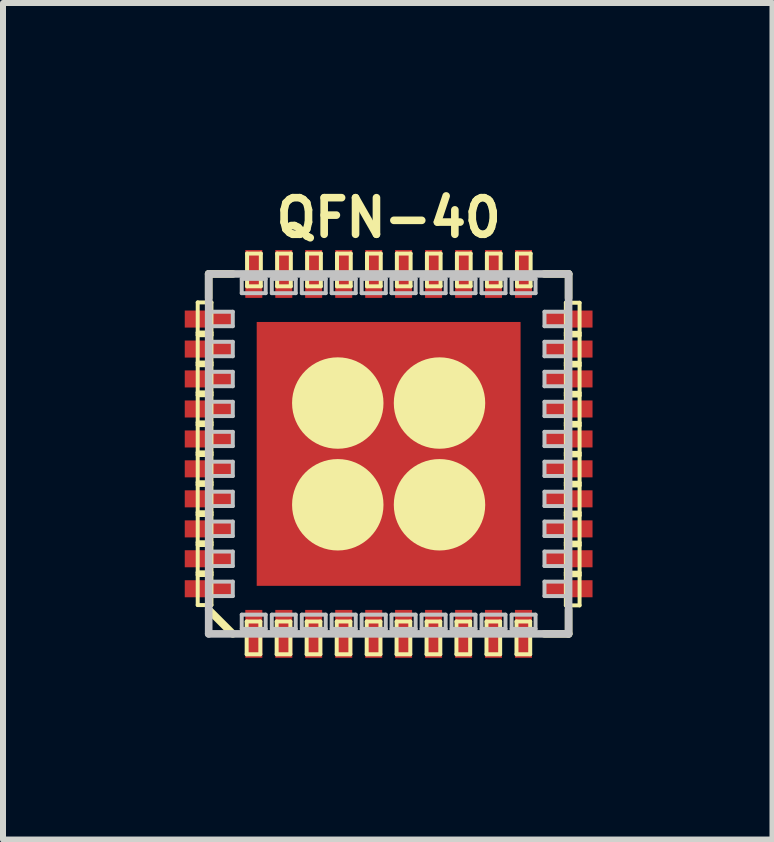
<source format=kicad_pcb>
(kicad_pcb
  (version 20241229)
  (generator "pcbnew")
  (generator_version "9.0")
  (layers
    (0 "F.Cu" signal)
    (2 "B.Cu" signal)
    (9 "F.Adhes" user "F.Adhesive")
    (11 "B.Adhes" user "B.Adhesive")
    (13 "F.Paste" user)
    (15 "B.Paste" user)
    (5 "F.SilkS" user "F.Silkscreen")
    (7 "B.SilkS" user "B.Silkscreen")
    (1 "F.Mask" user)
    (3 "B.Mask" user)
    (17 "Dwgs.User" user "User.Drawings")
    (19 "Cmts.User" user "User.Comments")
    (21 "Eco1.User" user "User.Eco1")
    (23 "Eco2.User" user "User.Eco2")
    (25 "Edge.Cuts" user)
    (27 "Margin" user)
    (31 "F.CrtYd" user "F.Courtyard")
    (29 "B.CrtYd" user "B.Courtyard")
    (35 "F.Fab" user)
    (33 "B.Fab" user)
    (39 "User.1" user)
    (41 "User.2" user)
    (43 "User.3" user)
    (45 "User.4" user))
  (footprint "QFN-40"
    (layer "F.Cu")
    (at 3.429 4.517)
    (property "Reference" "QFN-40" (at 0 -3.937 0) (layer "F.SilkS") (effects (font (size 0.61 0.61) (thickness 0.127))))
    (attr smd)
    (fp_line (start -3.183 -2.525) (end -2.954 -2.525) (stroke (width 0.066) (type solid)) (layer "F.SilkS"))
    (fp_line (start -3.183 -2.024) (end -2.954 -2.024) (stroke (width 0.066) (type solid)) (layer "F.SilkS"))
    (fp_line (start -3.183 -1.979) (end -3.183 -2.525) (stroke (width 0.066) (type solid)) (layer "F.SilkS"))
    (fp_line (start -3.183 -1.979) (end -2.954 -1.979) (stroke (width 0.066) (type solid)) (layer "F.SilkS"))
    (fp_line (start -3.183 -1.524) (end -2.954 -1.524) (stroke (width 0.066) (type solid)) (layer "F.SilkS"))
    (fp_line (start -3.183 -1.478) (end -3.183 -2.024) (stroke (width 0.066) (type solid)) (layer "F.SilkS"))
    (fp_line (start -3.183 -1.478) (end -2.954 -1.478) (stroke (width 0.066) (type solid)) (layer "F.SilkS"))
    (fp_line (start -3.183 -1.026) (end -2.954 -1.026) (stroke (width 0.066) (type solid)) (layer "F.SilkS"))
    (fp_line (start -3.183 -0.978) (end -3.183 -1.524) (stroke (width 0.066) (type solid)) (layer "F.SilkS"))
    (fp_line (start -3.183 -0.978) (end -2.954 -0.978) (stroke (width 0.066) (type solid)) (layer "F.SilkS"))
    (fp_line (start -3.183 -0.526) (end -2.954 -0.526) (stroke (width 0.066) (type solid)) (layer "F.SilkS"))
    (fp_line (start -3.183 -0.48) (end -3.183 -1.026) (stroke (width 0.066) (type solid)) (layer "F.SilkS"))
    (fp_line (start -3.183 -0.48) (end -2.954 -0.48) (stroke (width 0.066) (type solid)) (layer "F.SilkS"))
    (fp_line (start -3.183 -0.025) (end -2.954 -0.025) (stroke (width 0.066) (type solid)) (layer "F.SilkS"))
    (fp_line (start -3.183 0.018) (end -3.183 -0.526) (stroke (width 0.066) (type solid)) (layer "F.SilkS"))
    (fp_line (start -3.183 0.018) (end -2.954 0.018) (stroke (width 0.066) (type solid)) (layer "F.SilkS"))
    (fp_line (start -3.183 0.472) (end -2.954 0.472) (stroke (width 0.066) (type solid)) (layer "F.SilkS"))
    (fp_line (start -3.183 0.518) (end -3.183 -0.025) (stroke (width 0.066) (type solid)) (layer "F.SilkS"))
    (fp_line (start -3.183 0.518) (end -2.954 0.518) (stroke (width 0.066) (type solid)) (layer "F.SilkS"))
    (fp_line (start -3.183 0.973) (end -2.954 0.973) (stroke (width 0.066) (type solid)) (layer "F.SilkS"))
    (fp_line (start -3.183 1.019) (end -3.183 0.472) (stroke (width 0.066) (type solid)) (layer "F.SilkS"))
    (fp_line (start -3.183 1.019) (end -2.954 1.019) (stroke (width 0.066) (type solid)) (layer "F.SilkS"))
    (fp_line (start -3.183 1.473) (end -2.954 1.473) (stroke (width 0.066) (type solid)) (layer "F.SilkS"))
    (fp_line (start -3.183 1.519) (end -3.183 0.973) (stroke (width 0.066) (type solid)) (layer "F.SilkS"))
    (fp_line (start -3.183 1.519) (end -2.954 1.519) (stroke (width 0.066) (type solid)) (layer "F.SilkS"))
    (fp_line (start -3.183 1.974) (end -2.954 1.974) (stroke (width 0.066) (type solid)) (layer "F.SilkS"))
    (fp_line (start -3.183 2.019) (end -3.183 1.473) (stroke (width 0.066) (type solid)) (layer "F.SilkS"))
    (fp_line (start -3.183 2.019) (end -2.954 2.019) (stroke (width 0.066) (type solid)) (layer "F.SilkS"))
    (fp_line (start -3.183 2.52) (end -3.183 1.974) (stroke (width 0.066) (type solid)) (layer "F.SilkS"))
    (fp_line (start -3.183 2.52) (end -2.954 2.52) (stroke (width 0.066) (type solid)) (layer "F.SilkS"))
    (fp_line (start -3 -3) (end -2.598 -3) (stroke (width 0.127) (type solid)) (layer "F.SilkS"))
    (fp_line (start -3 -2.598) (end -3 -3) (stroke (width 0.127) (type solid)) (layer "F.SilkS"))
    (fp_line (start -3 2.598) (end -2.598 3) (stroke (width 0.127) (type solid)) (layer "F.SilkS"))
    (fp_line (start -2.954 -1.979) (end -2.954 -2.525) (stroke (width 0.066) (type solid)) (layer "F.SilkS"))
    (fp_line (start -2.954 -1.478) (end -2.954 -2.024) (stroke (width 0.066) (type solid)) (layer "F.SilkS"))
    (fp_line (start -2.954 -0.978) (end -2.954 -1.524) (stroke (width 0.066) (type solid)) (layer "F.SilkS"))
    (fp_line (start -2.954 -0.48) (end -2.954 -1.026) (stroke (width 0.066) (type solid)) (layer "F.SilkS"))
    (fp_line (start -2.954 0.018) (end -2.954 -0.526) (stroke (width 0.066) (type solid)) (layer "F.SilkS"))
    (fp_line (start -2.954 0.518) (end -2.954 -0.025) (stroke (width 0.066) (type solid)) (layer "F.SilkS"))
    (fp_line (start -2.954 1.019) (end -2.954 0.472) (stroke (width 0.066) (type solid)) (layer "F.SilkS"))
    (fp_line (start -2.954 1.519) (end -2.954 0.973) (stroke (width 0.066) (type solid)) (layer "F.SilkS"))
    (fp_line (start -2.954 2.019) (end -2.954 1.473) (stroke (width 0.066) (type solid)) (layer "F.SilkS"))
    (fp_line (start -2.954 2.52) (end -2.954 1.974) (stroke (width 0.066) (type solid)) (layer "F.SilkS"))
    (fp_line (start -2.367 2.794) (end -2.139 2.794) (stroke (width 0.066) (type solid)) (layer "F.SilkS"))
    (fp_line (start -2.367 3.34) (end -2.367 2.794) (stroke (width 0.066) (type solid)) (layer "F.SilkS"))
    (fp_line (start -2.367 3.34) (end -2.139 3.34) (stroke (width 0.066) (type solid)) (layer "F.SilkS"))
    (fp_line (start -2.36 -3.34) (end -2.131 -3.34) (stroke (width 0.066) (type solid)) (layer "F.SilkS"))
    (fp_line (start -2.36 -2.794) (end -2.36 -3.34) (stroke (width 0.066) (type solid)) (layer "F.SilkS"))
    (fp_line (start -2.36 -2.794) (end -2.131 -2.794) (stroke (width 0.066) (type solid)) (layer "F.SilkS"))
    (fp_line (start -2.139 3.34) (end -2.139 2.794) (stroke (width 0.066) (type solid)) (layer "F.SilkS"))
    (fp_line (start -2.131 -2.794) (end -2.131 -3.34) (stroke (width 0.066) (type solid)) (layer "F.SilkS"))
    (fp_line (start -1.867 2.794) (end -1.638 2.794) (stroke (width 0.066) (type solid)) (layer "F.SilkS"))
    (fp_line (start -1.867 3.34) (end -1.867 2.794) (stroke (width 0.066) (type solid)) (layer "F.SilkS"))
    (fp_line (start -1.867 3.34) (end -1.638 3.34) (stroke (width 0.066) (type solid)) (layer "F.SilkS"))
    (fp_line (start -1.859 -3.34) (end -1.631 -3.34) (stroke (width 0.066) (type solid)) (layer "F.SilkS"))
    (fp_line (start -1.859 -2.794) (end -1.859 -3.34) (stroke (width 0.066) (type solid)) (layer "F.SilkS"))
    (fp_line (start -1.859 -2.794) (end -1.631 -2.794) (stroke (width 0.066) (type solid)) (layer "F.SilkS"))
    (fp_line (start -1.638 3.34) (end -1.638 2.794) (stroke (width 0.066) (type solid)) (layer "F.SilkS"))
    (fp_line (start -1.631 -2.794) (end -1.631 -3.34) (stroke (width 0.066) (type solid)) (layer "F.SilkS"))
    (fp_line (start -1.367 2.794) (end -1.138 2.794) (stroke (width 0.066) (type solid)) (layer "F.SilkS"))
    (fp_line (start -1.367 3.34) (end -1.367 2.794) (stroke (width 0.066) (type solid)) (layer "F.SilkS"))
    (fp_line (start -1.367 3.34) (end -1.138 3.34) (stroke (width 0.066) (type solid)) (layer "F.SilkS"))
    (fp_line (start -1.359 -3.34) (end -1.13 -3.34) (stroke (width 0.066) (type solid)) (layer "F.SilkS"))
    (fp_line (start -1.359 -2.794) (end -1.359 -3.34) (stroke (width 0.066) (type solid)) (layer "F.SilkS"))
    (fp_line (start -1.359 -2.794) (end -1.13 -2.794) (stroke (width 0.066) (type solid)) (layer "F.SilkS"))
    (fp_line (start -1.138 3.34) (end -1.138 2.794) (stroke (width 0.066) (type solid)) (layer "F.SilkS"))
    (fp_line (start -1.13 -2.794) (end -1.13 -3.34) (stroke (width 0.066) (type solid)) (layer "F.SilkS"))
    (fp_line (start -0.866 2.794) (end -0.638 2.794) (stroke (width 0.066) (type solid)) (layer "F.SilkS"))
    (fp_line (start -0.866 3.34) (end -0.866 2.794) (stroke (width 0.066) (type solid)) (layer "F.SilkS"))
    (fp_line (start -0.866 3.34) (end -0.638 3.34) (stroke (width 0.066) (type solid)) (layer "F.SilkS"))
    (fp_line (start -0.861 -3.34) (end -0.632 -3.34) (stroke (width 0.066) (type solid)) (layer "F.SilkS"))
    (fp_line (start -0.861 -2.794) (end -0.861 -3.34) (stroke (width 0.066) (type solid)) (layer "F.SilkS"))
    (fp_line (start -0.861 -2.794) (end -0.632 -2.794) (stroke (width 0.066) (type solid)) (layer "F.SilkS"))
    (fp_line (start -0.638 3.34) (end -0.638 2.794) (stroke (width 0.066) (type solid)) (layer "F.SilkS"))
    (fp_line (start -0.632 -2.794) (end -0.632 -3.34) (stroke (width 0.066) (type solid)) (layer "F.SilkS"))
    (fp_line (start -0.366 2.794) (end -0.137 2.794) (stroke (width 0.066) (type solid)) (layer "F.SilkS"))
    (fp_line (start -0.366 3.34) (end -0.366 2.794) (stroke (width 0.066) (type solid)) (layer "F.SilkS"))
    (fp_line (start -0.366 3.34) (end -0.137 3.34) (stroke (width 0.066) (type solid)) (layer "F.SilkS"))
    (fp_line (start -0.361 -3.34) (end -0.132 -3.34) (stroke (width 0.066) (type solid)) (layer "F.SilkS"))
    (fp_line (start -0.361 -2.794) (end -0.361 -3.34) (stroke (width 0.066) (type solid)) (layer "F.SilkS"))
    (fp_line (start -0.361 -2.794) (end -0.132 -2.794) (stroke (width 0.066) (type solid)) (layer "F.SilkS"))
    (fp_line (start -0.137 3.34) (end -0.137 2.794) (stroke (width 0.066) (type solid)) (layer "F.SilkS"))
    (fp_line (start -0.132 -2.794) (end -0.132 -3.34) (stroke (width 0.066) (type solid)) (layer "F.SilkS"))
    (fp_line (start 0.132 2.794) (end 0.361 2.794) (stroke (width 0.066) (type solid)) (layer "F.SilkS"))
    (fp_line (start 0.132 3.34) (end 0.132 2.794) (stroke (width 0.066) (type solid)) (layer "F.SilkS"))
    (fp_line (start 0.132 3.34) (end 0.361 3.34) (stroke (width 0.066) (type solid)) (layer "F.SilkS"))
    (fp_line (start 0.137 -3.34) (end 0.366 -3.34) (stroke (width 0.066) (type solid)) (layer "F.SilkS"))
    (fp_line (start 0.137 -2.794) (end 0.137 -3.34) (stroke (width 0.066) (type solid)) (layer "F.SilkS"))
    (fp_line (start 0.137 -2.794) (end 0.366 -2.794) (stroke (width 0.066) (type solid)) (layer "F.SilkS"))
    (fp_line (start 0.361 3.34) (end 0.361 2.794) (stroke (width 0.066) (type solid)) (layer "F.SilkS"))
    (fp_line (start 0.366 -2.794) (end 0.366 -3.34) (stroke (width 0.066) (type solid)) (layer "F.SilkS"))
    (fp_line (start 0.632 2.794) (end 0.861 2.794) (stroke (width 0.066) (type solid)) (layer "F.SilkS"))
    (fp_line (start 0.632 3.34) (end 0.632 2.794) (stroke (width 0.066) (type solid)) (layer "F.SilkS"))
    (fp_line (start 0.632 3.34) (end 0.861 3.34) (stroke (width 0.066) (type solid)) (layer "F.SilkS"))
    (fp_line (start 0.638 -3.34) (end 0.866 -3.34) (stroke (width 0.066) (type solid)) (layer "F.SilkS"))
    (fp_line (start 0.638 -2.794) (end 0.638 -3.34) (stroke (width 0.066) (type solid)) (layer "F.SilkS"))
    (fp_line (start 0.638 -2.794) (end 0.866 -2.794) (stroke (width 0.066) (type solid)) (layer "F.SilkS"))
    (fp_line (start 0.861 3.34) (end 0.861 2.794) (stroke (width 0.066) (type solid)) (layer "F.SilkS"))
    (fp_line (start 0.866 -2.794) (end 0.866 -3.34) (stroke (width 0.066) (type solid)) (layer "F.SilkS"))
    (fp_line (start 1.13 2.794) (end 1.359 2.794) (stroke (width 0.066) (type solid)) (layer "F.SilkS"))
    (fp_line (start 1.13 3.34) (end 1.13 2.794) (stroke (width 0.066) (type solid)) (layer "F.SilkS"))
    (fp_line (start 1.13 3.34) (end 1.359 3.34) (stroke (width 0.066) (type solid)) (layer "F.SilkS"))
    (fp_line (start 1.138 -3.34) (end 1.367 -3.34) (stroke (width 0.066) (type solid)) (layer "F.SilkS"))
    (fp_line (start 1.138 -2.794) (end 1.138 -3.34) (stroke (width 0.066) (type solid)) (layer "F.SilkS"))
    (fp_line (start 1.138 -2.794) (end 1.367 -2.794) (stroke (width 0.066) (type solid)) (layer "F.SilkS"))
    (fp_line (start 1.359 3.34) (end 1.359 2.794) (stroke (width 0.066) (type solid)) (layer "F.SilkS"))
    (fp_line (start 1.367 -2.794) (end 1.367 -3.34) (stroke (width 0.066) (type solid)) (layer "F.SilkS"))
    (fp_line (start 1.631 2.794) (end 1.859 2.794) (stroke (width 0.066) (type solid)) (layer "F.SilkS"))
    (fp_line (start 1.631 3.34) (end 1.631 2.794) (stroke (width 0.066) (type solid)) (layer "F.SilkS"))
    (fp_line (start 1.631 3.34) (end 1.859 3.34) (stroke (width 0.066) (type solid)) (layer "F.SilkS"))
    (fp_line (start 1.638 -3.34) (end 1.867 -3.34) (stroke (width 0.066) (type solid)) (layer "F.SilkS"))
    (fp_line (start 1.638 -2.794) (end 1.638 -3.34) (stroke (width 0.066) (type solid)) (layer "F.SilkS"))
    (fp_line (start 1.638 -2.794) (end 1.867 -2.794) (stroke (width 0.066) (type solid)) (layer "F.SilkS"))
    (fp_line (start 1.859 3.34) (end 1.859 2.794) (stroke (width 0.066) (type solid)) (layer "F.SilkS"))
    (fp_line (start 1.867 -2.794) (end 1.867 -3.34) (stroke (width 0.066) (type solid)) (layer "F.SilkS"))
    (fp_line (start 2.131 2.794) (end 2.36 2.794) (stroke (width 0.066) (type solid)) (layer "F.SilkS"))
    (fp_line (start 2.131 3.34) (end 2.131 2.794) (stroke (width 0.066) (type solid)) (layer "F.SilkS"))
    (fp_line (start 2.131 3.34) (end 2.36 3.34) (stroke (width 0.066) (type solid)) (layer "F.SilkS"))
    (fp_line (start 2.139 -3.34) (end 2.367 -3.34) (stroke (width 0.066) (type solid)) (layer "F.SilkS"))
    (fp_line (start 2.139 -2.794) (end 2.139 -3.34) (stroke (width 0.066) (type solid)) (layer "F.SilkS"))
    (fp_line (start 2.139 -2.794) (end 2.367 -2.794) (stroke (width 0.066) (type solid)) (layer "F.SilkS"))
    (fp_line (start 2.36 3.34) (end 2.36 2.794) (stroke (width 0.066) (type solid)) (layer "F.SilkS"))
    (fp_line (start 2.367 -2.794) (end 2.367 -3.34) (stroke (width 0.066) (type solid)) (layer "F.SilkS"))
    (fp_line (start 2.598 -3) (end 3 -3) (stroke (width 0.127) (type solid)) (layer "F.SilkS"))
    (fp_line (start 2.954 -2.52) (end 3.183 -2.52) (stroke (width 0.066) (type solid)) (layer "F.SilkS"))
    (fp_line (start 2.954 -2.019) (end 3.183 -2.019) (stroke (width 0.066) (type solid)) (layer "F.SilkS"))
    (fp_line (start 2.954 -1.974) (end 2.954 -2.52) (stroke (width 0.066) (type solid)) (layer "F.SilkS"))
    (fp_line (start 2.954 -1.974) (end 3.183 -1.974) (stroke (width 0.066) (type solid)) (layer "F.SilkS"))
    (fp_line (start 2.954 -1.519) (end 3.183 -1.519) (stroke (width 0.066) (type solid)) (layer "F.SilkS"))
    (fp_line (start 2.954 -1.473) (end 2.954 -2.019) (stroke (width 0.066) (type solid)) (layer "F.SilkS"))
    (fp_line (start 2.954 -1.473) (end 3.183 -1.473) (stroke (width 0.066) (type solid)) (layer "F.SilkS"))
    (fp_line (start 2.954 -1.019) (end 3.183 -1.019) (stroke (width 0.066) (type solid)) (layer "F.SilkS"))
    (fp_line (start 2.954 -0.973) (end 2.954 -1.519) (stroke (width 0.066) (type solid)) (layer "F.SilkS"))
    (fp_line (start 2.954 -0.973) (end 3.183 -0.973) (stroke (width 0.066) (type solid)) (layer "F.SilkS"))
    (fp_line (start 2.954 -0.518) (end 3.183 -0.518) (stroke (width 0.066) (type solid)) (layer "F.SilkS"))
    (fp_line (start 2.954 -0.472) (end 2.954 -1.019) (stroke (width 0.066) (type solid)) (layer "F.SilkS"))
    (fp_line (start 2.954 -0.472) (end 3.183 -0.472) (stroke (width 0.066) (type solid)) (layer "F.SilkS"))
    (fp_line (start 2.954 -0.018) (end 3.183 -0.018) (stroke (width 0.066) (type solid)) (layer "F.SilkS"))
    (fp_line (start 2.954 0.025) (end 2.954 -0.518) (stroke (width 0.066) (type solid)) (layer "F.SilkS"))
    (fp_line (start 2.954 0.025) (end 3.183 0.025) (stroke (width 0.066) (type solid)) (layer "F.SilkS"))
    (fp_line (start 2.954 0.48) (end 3.183 0.48) (stroke (width 0.066) (type solid)) (layer "F.SilkS"))
    (fp_line (start 2.954 0.526) (end 2.954 -0.018) (stroke (width 0.066) (type solid)) (layer "F.SilkS"))
    (fp_line (start 2.954 0.526) (end 3.183 0.526) (stroke (width 0.066) (type solid)) (layer "F.SilkS"))
    (fp_line (start 2.954 0.978) (end 3.183 0.978) (stroke (width 0.066) (type solid)) (layer "F.SilkS"))
    (fp_line (start 2.954 1.026) (end 2.954 0.48) (stroke (width 0.066) (type solid)) (layer "F.SilkS"))
    (fp_line (start 2.954 1.026) (end 3.183 1.026) (stroke (width 0.066) (type solid)) (layer "F.SilkS"))
    (fp_line (start 2.954 1.478) (end 3.183 1.478) (stroke (width 0.066) (type solid)) (layer "F.SilkS"))
    (fp_line (start 2.954 1.524) (end 2.954 0.978) (stroke (width 0.066) (type solid)) (layer "F.SilkS"))
    (fp_line (start 2.954 1.524) (end 3.183 1.524) (stroke (width 0.066) (type solid)) (layer "F.SilkS"))
    (fp_line (start 2.954 1.979) (end 3.183 1.979) (stroke (width 0.066) (type solid)) (layer "F.SilkS"))
    (fp_line (start 2.954 2.024) (end 2.954 1.478) (stroke (width 0.066) (type solid)) (layer "F.SilkS"))
    (fp_line (start 2.954 2.024) (end 3.183 2.024) (stroke (width 0.066) (type solid)) (layer "F.SilkS"))
    (fp_line (start 2.954 2.525) (end 2.954 1.979) (stroke (width 0.066) (type solid)) (layer "F.SilkS"))
    (fp_line (start 2.954 2.525) (end 3.183 2.525) (stroke (width 0.066) (type solid)) (layer "F.SilkS"))
    (fp_line (start 3 -3) (end 3 -2.598) (stroke (width 0.127) (type solid)) (layer "F.SilkS"))
    (fp_line (start 3 2.598) (end 3 3) (stroke (width 0.127) (type solid)) (layer "F.SilkS"))
    (fp_line (start 3 3) (end 2.598 3) (stroke (width 0.127) (type solid)) (layer "F.SilkS"))
    (fp_line (start 3.183 -1.974) (end 3.183 -2.52) (stroke (width 0.066) (type solid)) (layer "F.SilkS"))
    (fp_line (start 3.183 -1.473) (end 3.183 -2.019) (stroke (width 0.066) (type solid)) (layer "F.SilkS"))
    (fp_line (start 3.183 -0.973) (end 3.183 -1.519) (stroke (width 0.066) (type solid)) (layer "F.SilkS"))
    (fp_line (start 3.183 -0.472) (end 3.183 -1.019) (stroke (width 0.066) (type solid)) (layer "F.SilkS"))
    (fp_line (start 3.183 0.025) (end 3.183 -0.518) (stroke (width 0.066) (type solid)) (layer "F.SilkS"))
    (fp_line (start 3.183 0.526) (end 3.183 -0.018) (stroke (width 0.066) (type solid)) (layer "F.SilkS"))
    (fp_line (start 3.183 1.026) (end 3.183 0.48) (stroke (width 0.066) (type solid)) (layer "F.SilkS"))
    (fp_line (start 3.183 1.524) (end 3.183 0.978) (stroke (width 0.066) (type solid)) (layer "F.SilkS"))
    (fp_line (start 3.183 2.024) (end 3.183 1.478) (stroke (width 0.066) (type solid)) (layer "F.SilkS"))
    (fp_line (start 3.183 2.525) (end 3.183 1.979) (stroke (width 0.066) (type solid)) (layer "F.SilkS"))
    (fp_circle (center -0.848 -0.848) (end -0.848 -1.61) (stroke (width 0) (type solid)) (fill yes) (layer "F.SilkS"))
    (fp_circle (center -0.848 0.848) (end -0.848 0.086) (stroke (width 0) (type solid)) (fill yes) (layer "F.SilkS"))
    (fp_circle (center 0.848 -0.848) (end 0.848 -1.61) (stroke (width 0) (type solid)) (fill yes) (layer "F.SilkS"))
    (fp_circle (center 0.848 0.848) (end 0.848 0.086) (stroke (width 0) (type solid)) (fill yes) (layer "F.SilkS"))
    (fp_circle (center -3.175 3.175) (end -3.048 3.175) (stroke (width 0.254) (type solid)) (fill no) (layer "B.Paste"))
    (fp_line (start -3 -3) (end -3 3) (stroke (width 0.127) (type solid)) (layer "Dwgs.User"))
    (fp_line (start -3 -2.37) (end -2.598 -2.37) (stroke (width 0.066) (type solid)) (layer "Dwgs.User"))
    (fp_line (start -3 -2.129) (end -3 -2.37) (stroke (width 0.066) (type solid)) (layer "Dwgs.User"))
    (fp_line (start -3 -2.129) (end -2.598 -2.129) (stroke (width 0.066) (type solid)) (layer "Dwgs.User"))
    (fp_line (start -3 -1.869) (end -2.598 -1.869) (stroke (width 0.066) (type solid)) (layer "Dwgs.User"))
    (fp_line (start -3 -1.628) (end -3 -1.869) (stroke (width 0.066) (type solid)) (layer "Dwgs.User"))
    (fp_line (start -3 -1.628) (end -2.598 -1.628) (stroke (width 0.066) (type solid)) (layer "Dwgs.User"))
    (fp_line (start -3 -1.369) (end -2.598 -1.369) (stroke (width 0.066) (type solid)) (layer "Dwgs.User"))
    (fp_line (start -3 -1.128) (end -3 -1.369) (stroke (width 0.066) (type solid)) (layer "Dwgs.User"))
    (fp_line (start -3 -1.128) (end -2.598 -1.128) (stroke (width 0.066) (type solid)) (layer "Dwgs.User"))
    (fp_line (start -3 -0.869) (end -2.598 -0.869) (stroke (width 0.066) (type solid)) (layer "Dwgs.User"))
    (fp_line (start -3 -0.63) (end -3 -0.869) (stroke (width 0.066) (type solid)) (layer "Dwgs.User"))
    (fp_line (start -3 -0.63) (end -2.598 -0.63) (stroke (width 0.066) (type solid)) (layer "Dwgs.User"))
    (fp_line (start -3 -0.368) (end -2.598 -0.368) (stroke (width 0.066) (type solid)) (layer "Dwgs.User"))
    (fp_line (start -3 -0.13) (end -3 -0.368) (stroke (width 0.066) (type solid)) (layer "Dwgs.User"))
    (fp_line (start -3 -0.13) (end -2.598 -0.13) (stroke (width 0.066) (type solid)) (layer "Dwgs.User"))
    (fp_line (start -3 0.13) (end -2.598 0.13) (stroke (width 0.066) (type solid)) (layer "Dwgs.User"))
    (fp_line (start -3 0.368) (end -3 0.13) (stroke (width 0.066) (type solid)) (layer "Dwgs.User"))
    (fp_line (start -3 0.368) (end -2.598 0.368) (stroke (width 0.066) (type solid)) (layer "Dwgs.User"))
    (fp_line (start -3 0.63) (end -2.598 0.63) (stroke (width 0.066) (type solid)) (layer "Dwgs.User"))
    (fp_line (start -3 0.869) (end -3 0.63) (stroke (width 0.066) (type solid)) (layer "Dwgs.User"))
    (fp_line (start -3 0.869) (end -2.598 0.869) (stroke (width 0.066) (type solid)) (layer "Dwgs.User"))
    (fp_line (start -3 1.128) (end -2.598 1.128) (stroke (width 0.066) (type solid)) (layer "Dwgs.User"))
    (fp_line (start -3 1.369) (end -3 1.128) (stroke (width 0.066) (type solid)) (layer "Dwgs.User"))
    (fp_line (start -3 1.369) (end -2.598 1.369) (stroke (width 0.066) (type solid)) (layer "Dwgs.User"))
    (fp_line (start -3 1.628) (end -2.598 1.628) (stroke (width 0.066) (type solid)) (layer "Dwgs.User"))
    (fp_line (start -3 1.869) (end -3 1.628) (stroke (width 0.066) (type solid)) (layer "Dwgs.User"))
    (fp_line (start -3 1.869) (end -2.598 1.869) (stroke (width 0.066) (type solid)) (layer "Dwgs.User"))
    (fp_line (start -3 2.129) (end -2.598 2.129) (stroke (width 0.066) (type solid)) (layer "Dwgs.User"))
    (fp_line (start -3 2.37) (end -3 2.129) (stroke (width 0.066) (type solid)) (layer "Dwgs.User"))
    (fp_line (start -3 2.37) (end -2.598 2.37) (stroke (width 0.066) (type solid)) (layer "Dwgs.User"))
    (fp_line (start -3 3) (end 3 3) (stroke (width 0.127) (type solid)) (layer "Dwgs.User"))
    (fp_line (start -2.598 -2.129) (end -2.598 -2.37) (stroke (width 0.066) (type solid)) (layer "Dwgs.User"))
    (fp_line (start -2.598 -1.628) (end -2.598 -1.869) (stroke (width 0.066) (type solid)) (layer "Dwgs.User"))
    (fp_line (start -2.598 -1.128) (end -2.598 -1.369) (stroke (width 0.066) (type solid)) (layer "Dwgs.User"))
    (fp_line (start -2.598 -0.63) (end -2.598 -0.869) (stroke (width 0.066) (type solid)) (layer "Dwgs.User"))
    (fp_line (start -2.598 -0.13) (end -2.598 -0.368) (stroke (width 0.066) (type solid)) (layer "Dwgs.User"))
    (fp_line (start -2.598 0.368) (end -2.598 0.13) (stroke (width 0.066) (type solid)) (layer "Dwgs.User"))
    (fp_line (start -2.598 0.869) (end -2.598 0.63) (stroke (width 0.066) (type solid)) (layer "Dwgs.User"))
    (fp_line (start -2.598 1.369) (end -2.598 1.128) (stroke (width 0.066) (type solid)) (layer "Dwgs.User"))
    (fp_line (start -2.598 1.869) (end -2.598 1.628) (stroke (width 0.066) (type solid)) (layer "Dwgs.User"))
    (fp_line (start -2.598 2.37) (end -2.598 2.129) (stroke (width 0.066) (type solid)) (layer "Dwgs.User"))
    (fp_line (start -2.449 -2.918) (end -2.05 -2.918) (stroke (width 0.066) (type solid)) (layer "Dwgs.User"))
    (fp_line (start -2.449 -2.68) (end -2.449 -2.918) (stroke (width 0.066) (type solid)) (layer "Dwgs.User"))
    (fp_line (start -2.449 -2.68) (end -2.05 -2.68) (stroke (width 0.066) (type solid)) (layer "Dwgs.User"))
    (fp_line (start -2.449 2.68) (end -2.05 2.68) (stroke (width 0.066) (type solid)) (layer "Dwgs.User"))
    (fp_line (start -2.449 2.918) (end -2.449 2.68) (stroke (width 0.066) (type solid)) (layer "Dwgs.User"))
    (fp_line (start -2.449 2.918) (end -2.05 2.918) (stroke (width 0.066) (type solid)) (layer "Dwgs.User"))
    (fp_line (start -2.05 -2.68) (end -2.05 -2.918) (stroke (width 0.066) (type solid)) (layer "Dwgs.User"))
    (fp_line (start -2.05 2.918) (end -2.05 2.68) (stroke (width 0.066) (type solid)) (layer "Dwgs.User"))
    (fp_line (start -1.948 -2.918) (end -1.549 -2.918) (stroke (width 0.066) (type solid)) (layer "Dwgs.User"))
    (fp_line (start -1.948 -2.68) (end -1.948 -2.918) (stroke (width 0.066) (type solid)) (layer "Dwgs.User"))
    (fp_line (start -1.948 -2.68) (end -1.549 -2.68) (stroke (width 0.066) (type solid)) (layer "Dwgs.User"))
    (fp_line (start -1.948 2.68) (end -1.549 2.68) (stroke (width 0.066) (type solid)) (layer "Dwgs.User"))
    (fp_line (start -1.948 2.918) (end -1.948 2.68) (stroke (width 0.066) (type solid)) (layer "Dwgs.User"))
    (fp_line (start -1.948 2.918) (end -1.549 2.918) (stroke (width 0.066) (type solid)) (layer "Dwgs.User"))
    (fp_line (start -1.549 -2.68) (end -1.549 -2.918) (stroke (width 0.066) (type solid)) (layer "Dwgs.User"))
    (fp_line (start -1.549 2.918) (end -1.549 2.68) (stroke (width 0.066) (type solid)) (layer "Dwgs.User"))
    (fp_line (start -1.448 -2.918) (end -1.049 -2.918) (stroke (width 0.066) (type solid)) (layer "Dwgs.User"))
    (fp_line (start -1.448 -2.68) (end -1.448 -2.918) (stroke (width 0.066) (type solid)) (layer "Dwgs.User"))
    (fp_line (start -1.448 -2.68) (end -1.049 -2.68) (stroke (width 0.066) (type solid)) (layer "Dwgs.User"))
    (fp_line (start -1.448 2.68) (end -1.049 2.68) (stroke (width 0.066) (type solid)) (layer "Dwgs.User"))
    (fp_line (start -1.448 2.918) (end -1.448 2.68) (stroke (width 0.066) (type solid)) (layer "Dwgs.User"))
    (fp_line (start -1.448 2.918) (end -1.049 2.918) (stroke (width 0.066) (type solid)) (layer "Dwgs.User"))
    (fp_line (start -1.049 -2.68) (end -1.049 -2.918) (stroke (width 0.066) (type solid)) (layer "Dwgs.User"))
    (fp_line (start -1.049 2.918) (end -1.049 2.68) (stroke (width 0.066) (type solid)) (layer "Dwgs.User"))
    (fp_line (start -0.95 -2.918) (end -0.549 -2.918) (stroke (width 0.066) (type solid)) (layer "Dwgs.User"))
    (fp_line (start -0.95 -2.68) (end -0.95 -2.918) (stroke (width 0.066) (type solid)) (layer "Dwgs.User"))
    (fp_line (start -0.95 -2.68) (end -0.549 -2.68) (stroke (width 0.066) (type solid)) (layer "Dwgs.User"))
    (fp_line (start -0.95 2.68) (end -0.549 2.68) (stroke (width 0.066) (type solid)) (layer "Dwgs.User"))
    (fp_line (start -0.95 2.918) (end -0.95 2.68) (stroke (width 0.066) (type solid)) (layer "Dwgs.User"))
    (fp_line (start -0.95 2.918) (end -0.549 2.918) (stroke (width 0.066) (type solid)) (layer "Dwgs.User"))
    (fp_line (start -0.549 -2.68) (end -0.549 -2.918) (stroke (width 0.066) (type solid)) (layer "Dwgs.User"))
    (fp_line (start -0.549 2.918) (end -0.549 2.68) (stroke (width 0.066) (type solid)) (layer "Dwgs.User"))
    (fp_line (start -0.45 -2.918) (end -0.048 -2.918) (stroke (width 0.066) (type solid)) (layer "Dwgs.User"))
    (fp_line (start -0.45 -2.68) (end -0.45 -2.918) (stroke (width 0.066) (type solid)) (layer "Dwgs.User"))
    (fp_line (start -0.45 -2.68) (end -0.048 -2.68) (stroke (width 0.066) (type solid)) (layer "Dwgs.User"))
    (fp_line (start -0.45 2.68) (end -0.048 2.68) (stroke (width 0.066) (type solid)) (layer "Dwgs.User"))
    (fp_line (start -0.45 2.918) (end -0.45 2.68) (stroke (width 0.066) (type solid)) (layer "Dwgs.User"))
    (fp_line (start -0.45 2.918) (end -0.048 2.918) (stroke (width 0.066) (type solid)) (layer "Dwgs.User"))
    (fp_line (start -0.048 -2.68) (end -0.048 -2.918) (stroke (width 0.066) (type solid)) (layer "Dwgs.User"))
    (fp_line (start -0.048 2.918) (end -0.048 2.68) (stroke (width 0.066) (type solid)) (layer "Dwgs.User"))
    (fp_line (start 0.048 -2.918) (end 0.45 -2.918) (stroke (width 0.066) (type solid)) (layer "Dwgs.User"))
    (fp_line (start 0.048 -2.68) (end 0.048 -2.918) (stroke (width 0.066) (type solid)) (layer "Dwgs.User"))
    (fp_line (start 0.048 -2.68) (end 0.45 -2.68) (stroke (width 0.066) (type solid)) (layer "Dwgs.User"))
    (fp_line (start 0.048 2.68) (end 0.45 2.68) (stroke (width 0.066) (type solid)) (layer "Dwgs.User"))
    (fp_line (start 0.048 2.918) (end 0.048 2.68) (stroke (width 0.066) (type solid)) (layer "Dwgs.User"))
    (fp_line (start 0.048 2.918) (end 0.45 2.918) (stroke (width 0.066) (type solid)) (layer "Dwgs.User"))
    (fp_line (start 0.45 -2.68) (end 0.45 -2.918) (stroke (width 0.066) (type solid)) (layer "Dwgs.User"))
    (fp_line (start 0.45 2.918) (end 0.45 2.68) (stroke (width 0.066) (type solid)) (layer "Dwgs.User"))
    (fp_line (start 0.549 -2.918) (end 0.95 -2.918) (stroke (width 0.066) (type solid)) (layer "Dwgs.User"))
    (fp_line (start 0.549 -2.68) (end 0.549 -2.918) (stroke (width 0.066) (type solid)) (layer "Dwgs.User"))
    (fp_line (start 0.549 -2.68) (end 0.95 -2.68) (stroke (width 0.066) (type solid)) (layer "Dwgs.User"))
    (fp_line (start 0.549 2.68) (end 0.95 2.68) (stroke (width 0.066) (type solid)) (layer "Dwgs.User"))
    (fp_line (start 0.549 2.918) (end 0.549 2.68) (stroke (width 0.066) (type solid)) (layer "Dwgs.User"))
    (fp_line (start 0.549 2.918) (end 0.95 2.918) (stroke (width 0.066) (type solid)) (layer "Dwgs.User"))
    (fp_line (start 0.95 -2.68) (end 0.95 -2.918) (stroke (width 0.066) (type solid)) (layer "Dwgs.User"))
    (fp_line (start 0.95 2.918) (end 0.95 2.68) (stroke (width 0.066) (type solid)) (layer "Dwgs.User"))
    (fp_line (start 1.049 -2.918) (end 1.448 -2.918) (stroke (width 0.066) (type solid)) (layer "Dwgs.User"))
    (fp_line (start 1.049 -2.68) (end 1.049 -2.918) (stroke (width 0.066) (type solid)) (layer "Dwgs.User"))
    (fp_line (start 1.049 -2.68) (end 1.448 -2.68) (stroke (width 0.066) (type solid)) (layer "Dwgs.User"))
    (fp_line (start 1.049 2.68) (end 1.448 2.68) (stroke (width 0.066) (type solid)) (layer "Dwgs.User"))
    (fp_line (start 1.049 2.918) (end 1.049 2.68) (stroke (width 0.066) (type solid)) (layer "Dwgs.User"))
    (fp_line (start 1.049 2.918) (end 1.448 2.918) (stroke (width 0.066) (type solid)) (layer "Dwgs.User"))
    (fp_line (start 1.448 -2.68) (end 1.448 -2.918) (stroke (width 0.066) (type solid)) (layer "Dwgs.User"))
    (fp_line (start 1.448 2.918) (end 1.448 2.68) (stroke (width 0.066) (type solid)) (layer "Dwgs.User"))
    (fp_line (start 1.549 -2.918) (end 1.948 -2.918) (stroke (width 0.066) (type solid)) (layer "Dwgs.User"))
    (fp_line (start 1.549 -2.68) (end 1.549 -2.918) (stroke (width 0.066) (type solid)) (layer "Dwgs.User"))
    (fp_line (start 1.549 -2.68) (end 1.948 -2.68) (stroke (width 0.066) (type solid)) (layer "Dwgs.User"))
    (fp_line (start 1.549 2.68) (end 1.948 2.68) (stroke (width 0.066) (type solid)) (layer "Dwgs.User"))
    (fp_line (start 1.549 2.918) (end 1.549 2.68) (stroke (width 0.066) (type solid)) (layer "Dwgs.User"))
    (fp_line (start 1.549 2.918) (end 1.948 2.918) (stroke (width 0.066) (type solid)) (layer "Dwgs.User"))
    (fp_line (start 1.948 -2.68) (end 1.948 -2.918) (stroke (width 0.066) (type solid)) (layer "Dwgs.User"))
    (fp_line (start 1.948 2.918) (end 1.948 2.68) (stroke (width 0.066) (type solid)) (layer "Dwgs.User"))
    (fp_line (start 2.05 -2.918) (end 2.449 -2.918) (stroke (width 0.066) (type solid)) (layer "Dwgs.User"))
    (fp_line (start 2.05 -2.68) (end 2.05 -2.918) (stroke (width 0.066) (type solid)) (layer "Dwgs.User"))
    (fp_line (start 2.05 -2.68) (end 2.449 -2.68) (stroke (width 0.066) (type solid)) (layer "Dwgs.User"))
    (fp_line (start 2.05 2.68) (end 2.449 2.68) (stroke (width 0.066) (type solid)) (layer "Dwgs.User"))
    (fp_line (start 2.05 2.918) (end 2.05 2.68) (stroke (width 0.066) (type solid)) (layer "Dwgs.User"))
    (fp_line (start 2.05 2.918) (end 2.449 2.918) (stroke (width 0.066) (type solid)) (layer "Dwgs.User"))
    (fp_line (start 2.449 -2.68) (end 2.449 -2.918) (stroke (width 0.066) (type solid)) (layer "Dwgs.User"))
    (fp_line (start 2.449 2.918) (end 2.449 2.68) (stroke (width 0.066) (type solid)) (layer "Dwgs.User"))
    (fp_line (start 2.598 -2.37) (end 3 -2.37) (stroke (width 0.066) (type solid)) (layer "Dwgs.User"))
    (fp_line (start 2.598 -2.129) (end 2.598 -2.37) (stroke (width 0.066) (type solid)) (layer "Dwgs.User"))
    (fp_line (start 2.598 -2.129) (end 3 -2.129) (stroke (width 0.066) (type solid)) (layer "Dwgs.User"))
    (fp_line (start 2.598 -1.869) (end 3 -1.869) (stroke (width 0.066) (type solid)) (layer "Dwgs.User"))
    (fp_line (start 2.598 -1.628) (end 2.598 -1.869) (stroke (width 0.066) (type solid)) (layer "Dwgs.User"))
    (fp_line (start 2.598 -1.628) (end 3 -1.628) (stroke (width 0.066) (type solid)) (layer "Dwgs.User"))
    (fp_line (start 2.598 -1.369) (end 3 -1.369) (stroke (width 0.066) (type solid)) (layer "Dwgs.User"))
    (fp_line (start 2.598 -1.128) (end 2.598 -1.369) (stroke (width 0.066) (type solid)) (layer "Dwgs.User"))
    (fp_line (start 2.598 -1.128) (end 3 -1.128) (stroke (width 0.066) (type solid)) (layer "Dwgs.User"))
    (fp_line (start 2.598 -0.869) (end 3 -0.869) (stroke (width 0.066) (type solid)) (layer "Dwgs.User"))
    (fp_line (start 2.598 -0.63) (end 2.598 -0.869) (stroke (width 0.066) (type solid)) (layer "Dwgs.User"))
    (fp_line (start 2.598 -0.63) (end 3 -0.63) (stroke (width 0.066) (type solid)) (layer "Dwgs.User"))
    (fp_line (start 2.598 -0.368) (end 3 -0.368) (stroke (width 0.066) (type solid)) (layer "Dwgs.User"))
    (fp_line (start 2.598 -0.13) (end 2.598 -0.368) (stroke (width 0.066) (type solid)) (layer "Dwgs.User"))
    (fp_line (start 2.598 -0.13) (end 3 -0.13) (stroke (width 0.066) (type solid)) (layer "Dwgs.User"))
    (fp_line (start 2.598 0.13) (end 3 0.13) (stroke (width 0.066) (type solid)) (layer "Dwgs.User"))
    (fp_line (start 2.598 0.368) (end 2.598 0.13) (stroke (width 0.066) (type solid)) (layer "Dwgs.User"))
    (fp_line (start 2.598 0.368) (end 3 0.368) (stroke (width 0.066) (type solid)) (layer "Dwgs.User"))
    (fp_line (start 2.598 0.63) (end 3 0.63) (stroke (width 0.066) (type solid)) (layer "Dwgs.User"))
    (fp_line (start 2.598 0.869) (end 2.598 0.63) (stroke (width 0.066) (type solid)) (layer "Dwgs.User"))
    (fp_line (start 2.598 0.869) (end 3 0.869) (stroke (width 0.066) (type solid)) (layer "Dwgs.User"))
    (fp_line (start 2.598 1.128) (end 3 1.128) (stroke (width 0.066) (type solid)) (layer "Dwgs.User"))
    (fp_line (start 2.598 1.369) (end 2.598 1.128) (stroke (width 0.066) (type solid)) (layer "Dwgs.User"))
    (fp_line (start 2.598 1.369) (end 3 1.369) (stroke (width 0.066) (type solid)) (layer "Dwgs.User"))
    (fp_line (start 2.598 1.628) (end 3 1.628) (stroke (width 0.066) (type solid)) (layer "Dwgs.User"))
    (fp_line (start 2.598 1.869) (end 2.598 1.628) (stroke (width 0.066) (type solid)) (layer "Dwgs.User"))
    (fp_line (start 2.598 1.869) (end 3 1.869) (stroke (width 0.066) (type solid)) (layer "Dwgs.User"))
    (fp_line (start 2.598 2.129) (end 3 2.129) (stroke (width 0.066) (type solid)) (layer "Dwgs.User"))
    (fp_line (start 2.598 2.37) (end 2.598 2.129) (stroke (width 0.066) (type solid)) (layer "Dwgs.User"))
    (fp_line (start 2.598 2.37) (end 3 2.37) (stroke (width 0.066) (type solid)) (layer "Dwgs.User"))
    (fp_line (start 3 -3) (end -3 -3) (stroke (width 0.127) (type solid)) (layer "Dwgs.User"))
    (fp_line (start 3 -2.129) (end 3 -2.37) (stroke (width 0.066) (type solid)) (layer "Dwgs.User"))
    (fp_line (start 3 -1.628) (end 3 -1.869) (stroke (width 0.066) (type solid)) (layer "Dwgs.User"))
    (fp_line (start 3 -1.128) (end 3 -1.369) (stroke (width 0.066) (type solid)) (layer "Dwgs.User"))
    (fp_line (start 3 -0.63) (end 3 -0.869) (stroke (width 0.066) (type solid)) (layer "Dwgs.User"))
    (fp_line (start 3 -0.13) (end 3 -0.368) (stroke (width 0.066) (type solid)) (layer "Dwgs.User"))
    (fp_line (start 3 0.368) (end 3 0.13) (stroke (width 0.066) (type solid)) (layer "Dwgs.User"))
    (fp_line (start 3 0.869) (end 3 0.63) (stroke (width 0.066) (type solid)) (layer "Dwgs.User"))
    (fp_line (start 3 1.369) (end 3 1.128) (stroke (width 0.066) (type solid)) (layer "Dwgs.User"))
    (fp_line (start 3 1.869) (end 3 1.628) (stroke (width 0.066) (type solid)) (layer "Dwgs.User"))
    (fp_line (start 3 2.37) (end 3 2.129) (stroke (width 0.066) (type solid)) (layer "Dwgs.User"))
    (fp_line (start 3 3) (end 3 -3) (stroke (width 0.127) (type solid)) (layer "Dwgs.User"))
    (pad "1" smd rect (at -2.248 3 90) (size 0.798 0.284) (layers "F.Cu" "F.Mask" "F.Paste"))
    (pad "2" smd rect (at -1.748 3 90) (size 0.798 0.284) (layers "F.Cu" "F.Mask" "F.Paste"))
    (pad "3" smd rect (at -1.25 3 90) (size 0.798 0.284) (layers "F.Cu" "F.Mask" "F.Paste"))
    (pad "4" smd rect (at -0.749 3 90) (size 0.798 0.284) (layers "F.Cu" "F.Mask" "F.Paste"))
    (pad "5" smd rect (at -0.249 3 90) (size 0.798 0.284) (layers "F.Cu" "F.Mask" "F.Paste"))
    (pad "6" smd rect (at 0.249 3 90) (size 0.798 0.284) (layers "F.Cu" "F.Mask" "F.Paste"))
    (pad "7" smd rect (at 0.749 3 90) (size 0.798 0.284) (layers "F.Cu" "F.Mask" "F.Paste"))
    (pad "8" smd rect (at 1.25 3 90) (size 0.798 0.284) (layers "F.Cu" "F.Mask" "F.Paste"))
    (pad "9" smd rect (at 1.748 3 90) (size 0.798 0.284) (layers "F.Cu" "F.Mask" "F.Paste"))
    (pad "10" smd rect (at 2.248 3 90) (size 0.798 0.284) (layers "F.Cu" "F.Mask" "F.Paste"))
    (pad "11" smd rect (at 3 2.248 180) (size 0.798 0.284) (layers "F.Cu" "F.Mask" "F.Paste"))
    (pad "12" smd rect (at 3 1.748 180) (size 0.798 0.284) (layers "F.Cu" "F.Mask" "F.Paste"))
    (pad "13" smd rect (at 3 1.25 180) (size 0.798 0.284) (layers "F.Cu" "F.Mask" "F.Paste"))
    (pad "14" smd rect (at 3 0.749 180) (size 0.798 0.284) (layers "F.Cu" "F.Mask" "F.Paste"))
    (pad "15" smd rect (at 3 0.249 180) (size 0.798 0.284) (layers "F.Cu" "F.Mask" "F.Paste"))
    (pad "16" smd rect (at 3 -0.249 180) (size 0.798 0.284) (layers "F.Cu" "F.Mask" "F.Paste"))
    (pad "17" smd rect (at 3 -0.749 180) (size 0.798 0.284) (layers "F.Cu" "F.Mask" "F.Paste"))
    (pad "18" smd rect (at 3 -1.25 180) (size 0.798 0.284) (layers "F.Cu" "F.Mask" "F.Paste"))
    (pad "19" smd rect (at 3 -1.748 180) (size 0.798 0.284) (layers "F.Cu" "F.Mask" "F.Paste"))
    (pad "20" smd rect (at 3 -2.248 180) (size 0.798 0.284) (layers "F.Cu" "F.Mask" "F.Paste"))
    (pad "21" smd rect (at 2.248 -3 270) (size 0.798 0.284) (layers "F.Cu" "F.Mask" "F.Paste"))
    (pad "22" smd rect (at 1.748 -3 270) (size 0.798 0.284) (layers "F.Cu" "F.Mask" "F.Paste"))
    (pad "23" smd rect (at 1.25 -3 270) (size 0.798 0.284) (layers "F.Cu" "F.Mask" "F.Paste"))
    (pad "24" smd rect (at 0.749 -3 270) (size 0.798 0.284) (layers "F.Cu" "F.Mask" "F.Paste"))
    (pad "25" smd rect (at 0.249 -3 270) (size 0.798 0.284) (layers "F.Cu" "F.Mask" "F.Paste"))
    (pad "26" smd rect (at -0.249 -3 270) (size 0.798 0.284) (layers "F.Cu" "F.Mask" "F.Paste"))
    (pad "27" smd rect (at -0.749 -3 270) (size 0.798 0.284) (layers "F.Cu" "F.Mask" "F.Paste"))
    (pad "28" smd rect (at -1.25 -3 270) (size 0.798 0.284) (layers "F.Cu" "F.Mask" "F.Paste"))
    (pad "29" smd rect (at -1.748 -3 270) (size 0.798 0.284) (layers "F.Cu" "F.Mask" "F.Paste"))
    (pad "30" smd rect (at -2.248 -3 270) (size 0.798 0.284) (layers "F.Cu" "F.Mask" "F.Paste"))
    (pad "31" smd rect (at -3 -2.248) (size 0.798 0.284) (layers "F.Cu" "F.Mask" "F.Paste"))
    (pad "32" smd rect (at -3 -1.748) (size 0.798 0.284) (layers "F.Cu" "F.Mask" "F.Paste"))
    (pad "33" smd rect (at -3 -1.25) (size 0.798 0.284) (layers "F.Cu" "F.Mask" "F.Paste"))
    (pad "34" smd rect (at -3 -0.749) (size 0.798 0.284) (layers "F.Cu" "F.Mask" "F.Paste"))
    (pad "35" smd rect (at -3 -0.249) (size 0.798 0.284) (layers "F.Cu" "F.Mask" "F.Paste"))
    (pad "36" smd rect (at -3 0.249) (size 0.798 0.284) (layers "F.Cu" "F.Mask" "F.Paste"))
    (pad "37" smd rect (at -3 0.749) (size 0.798 0.284) (layers "F.Cu" "F.Mask" "F.Paste"))
    (pad "38" smd rect (at -3 1.25) (size 0.798 0.284) (layers "F.Cu" "F.Mask" "F.Paste"))
    (pad "39" smd rect (at -3 1.748) (size 0.798 0.284) (layers "F.Cu" "F.Mask" "F.Paste"))
    (pad "40" smd rect (at -3 2.248) (size 0.798 0.284) (layers "F.Cu" "F.Mask" "F.Paste"))
    (pad "EP" smd rect (at 0 0) (size 4.399 4.399) (layers "F.Cu" "F.Mask" "F.Paste")))
  (gr_rect
    (start -3 -3)
    (end 9.828 10.946)
    (stroke (width 0.1) (type default))
    (fill no)
    (layer "Edge.Cuts")))
</source>
